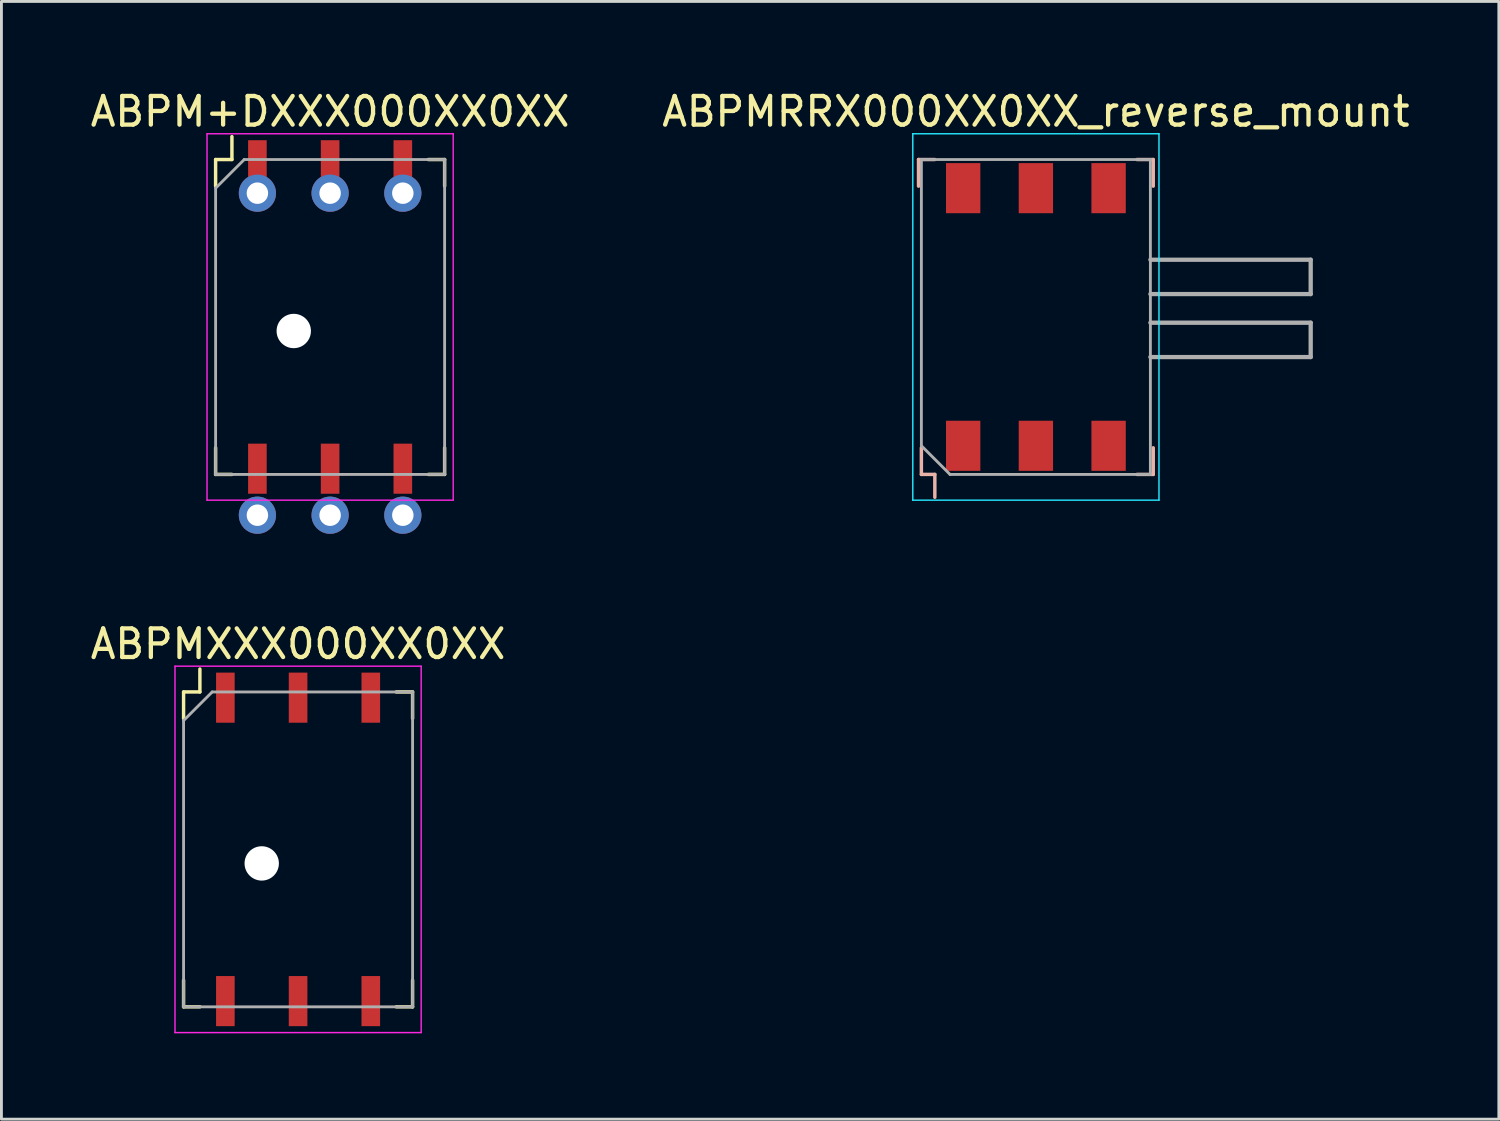
<source format=kicad_pcb>
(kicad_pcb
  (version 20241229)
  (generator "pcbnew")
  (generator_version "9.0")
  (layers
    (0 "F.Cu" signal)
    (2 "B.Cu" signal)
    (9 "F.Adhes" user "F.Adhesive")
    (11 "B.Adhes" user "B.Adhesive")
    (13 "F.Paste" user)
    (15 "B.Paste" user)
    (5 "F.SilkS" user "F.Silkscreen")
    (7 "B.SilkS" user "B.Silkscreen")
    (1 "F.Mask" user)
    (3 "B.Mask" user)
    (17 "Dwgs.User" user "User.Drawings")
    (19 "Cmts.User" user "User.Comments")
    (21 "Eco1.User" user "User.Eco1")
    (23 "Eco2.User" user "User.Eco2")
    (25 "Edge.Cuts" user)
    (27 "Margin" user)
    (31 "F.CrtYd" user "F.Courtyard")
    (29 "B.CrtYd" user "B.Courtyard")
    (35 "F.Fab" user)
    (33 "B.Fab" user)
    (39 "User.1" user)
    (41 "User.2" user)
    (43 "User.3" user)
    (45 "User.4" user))
  (footprint "ABPM+DXXX000XX0XX"
    (layer "F.Cu")
    (at 8.482 8.023)
    (property "Reference" "ABPM+DXXX000XX0XX" (at 0 -7.175 0) (layer "F.SilkS") (effects (font (size 1 1) (thickness 0.15))))
    (attr smd)
    (fp_line (start -4 -5.5) (end -3.43 -5.5) (stroke (width 0.12) (type solid)) (layer "F.SilkS"))
    (fp_line (start -4 -4.57) (end -4 -5.5) (stroke (width 0.12) (type solid)) (layer "F.SilkS"))
    (fp_line (start -4 4.57) (end -4 5.5) (stroke (width 0.12) (type solid)) (layer "F.SilkS"))
    (fp_line (start -4 5.5) (end -3.43 5.5) (stroke (width 0.12) (type solid)) (layer "F.SilkS"))
    (fp_line (start -3.43 -6.3) (end -3.43 -5.5) (stroke (width 0.12) (type solid)) (layer "F.SilkS"))
    (fp_line (start 4 -5.5) (end 3.43 -5.5) (stroke (width 0.12) (type solid)) (layer "F.SilkS"))
    (fp_line (start 4 -4.57) (end 4 -5.5) (stroke (width 0.12) (type solid)) (layer "F.SilkS"))
    (fp_line (start 4 4.57) (end 4 5.5) (stroke (width 0.12) (type solid)) (layer "F.SilkS"))
    (fp_line (start 4 5.5) (end 3.43 5.5) (stroke (width 0.12) (type solid)) (layer "F.SilkS"))
    (fp_line (start -4.3 -6.4) (end 4.3 -6.4) (stroke (width 0.05) (type solid)) (layer "F.CrtYd"))
    (fp_line (start -4.3 6.4) (end -4.3 -6.4) (stroke (width 0.05) (type solid)) (layer "F.CrtYd"))
    (fp_line (start 4.3 -6.4) (end 4.3 6.4) (stroke (width 0.05) (type solid)) (layer "F.CrtYd"))
    (fp_line (start 4.3 6.4) (end -4.3 6.4) (stroke (width 0.05) (type solid)) (layer "F.CrtYd"))
    (fp_line (start -4 -4.5) (end -4 5.5) (stroke (width 0.1) (type solid)) (layer "F.Fab"))
    (fp_line (start -4 5.5) (end 4 5.5) (stroke (width 0.1) (type solid)) (layer "F.Fab"))
    (fp_line (start -3 -5.5) (end -4 -4.5) (stroke (width 0.1) (type solid)) (layer "F.Fab"))
    (fp_line (start 4 -5.5) (end -3 -5.5) (stroke (width 0.1) (type solid)) (layer "F.Fab"))
    (fp_line (start 4 5.5) (end 4 -5.5) (stroke (width 0.1) (type solid)) (layer "F.Fab"))
    (pad "" np_thru_hole circle (at -1.27 0.49) (size 1.2 1.2) (drill 1.2) (layers "*.Cu" "*.Mask"))
    (pad "1" smd rect (at -2.54 -5.3) (size 0.65 1.75) (layers "F.Cu" "F.Mask" "F.Paste"))
    (pad "1" thru_hole circle (at -2.54 -4.325) (size 1.3 1.3) (drill 0.75) (layers "*.Cu" "*.Mask"))
    (pad "2" smd rect (at 0 -5.3) (size 0.65 1.75) (layers "F.Cu" "F.Mask" "F.Paste"))
    (pad "2" thru_hole circle (at 0 -4.325) (size 1.3 1.3) (drill 0.75) (layers "*.Cu" "*.Mask"))
    (pad "3" smd rect (at 2.54 -5.3) (size 0.65 1.75) (layers "F.Cu" "F.Mask" "F.Paste"))
    (pad "3" thru_hole circle (at 2.54 -4.325) (size 1.3 1.3) (drill 0.75) (layers "*.Cu" "*.Mask"))
    (pad "4" smd rect (at 2.54 5.3) (size 0.65 1.75) (layers "F.Cu" "F.Mask" "F.Paste"))
    (pad "4" thru_hole circle (at 2.54 6.925 180) (size 1.3 1.3) (drill 0.75) (layers "*.Cu" "*.Mask"))
    (pad "5" smd rect (at 0 5.3) (size 0.65 1.75) (layers "F.Cu" "F.Mask" "F.Paste"))
    (pad "5" thru_hole circle (at 0 6.925 180) (size 1.3 1.3) (drill 0.75) (layers "*.Cu" "*.Mask"))
    (pad "6" smd rect (at -2.54 5.3) (size 0.65 1.75) (layers "F.Cu" "F.Mask" "F.Paste"))
    (pad "6" thru_hole circle (at -2.54 6.925 180) (size 1.3 1.3) (drill 0.75) (layers "*.Cu" "*.Mask")))
  (footprint "ABPMXXX000XX0XX"
    (layer "F.Cu")
    (at 7.363 26.622)
    (property "Reference" "ABPMXXX000XX0XX" (at 0 -7.175 0) (layer "F.SilkS") (effects (font (size 1 1) (thickness 0.15))))
    (attr smd)
    (fp_line (start -4 -5.5) (end -3.43 -5.5) (stroke (width 0.12) (type solid)) (layer "F.SilkS"))
    (fp_line (start -4 -4.57) (end -4 -5.5) (stroke (width 0.12) (type solid)) (layer "F.SilkS"))
    (fp_line (start -4 4.57) (end -4 5.5) (stroke (width 0.12) (type solid)) (layer "F.SilkS"))
    (fp_line (start -4 5.5) (end -3.43 5.5) (stroke (width 0.12) (type solid)) (layer "F.SilkS"))
    (fp_line (start -3.43 -6.3) (end -3.43 -5.5) (stroke (width 0.12) (type solid)) (layer "F.SilkS"))
    (fp_line (start 4 -5.5) (end 3.43 -5.5) (stroke (width 0.12) (type solid)) (layer "F.SilkS"))
    (fp_line (start 4 -4.57) (end 4 -5.5) (stroke (width 0.12) (type solid)) (layer "F.SilkS"))
    (fp_line (start 4 4.57) (end 4 5.5) (stroke (width 0.12) (type solid)) (layer "F.SilkS"))
    (fp_line (start 4 5.5) (end 3.43 5.5) (stroke (width 0.12) (type solid)) (layer "F.SilkS"))
    (fp_line (start -4.3 -6.4) (end 4.3 -6.4) (stroke (width 0.05) (type solid)) (layer "F.CrtYd"))
    (fp_line (start -4.3 6.4) (end -4.3 -6.4) (stroke (width 0.05) (type solid)) (layer "F.CrtYd"))
    (fp_line (start 4.3 -6.4) (end 4.3 6.4) (stroke (width 0.05) (type solid)) (layer "F.CrtYd"))
    (fp_line (start 4.3 6.4) (end -4.3 6.4) (stroke (width 0.05) (type solid)) (layer "F.CrtYd"))
    (fp_line (start -4 -4.5) (end -4 5.5) (stroke (width 0.1) (type solid)) (layer "F.Fab"))
    (fp_line (start -4 5.5) (end 4 5.5) (stroke (width 0.1) (type solid)) (layer "F.Fab"))
    (fp_line (start -3 -5.5) (end -4 -4.5) (stroke (width 0.1) (type solid)) (layer "F.Fab"))
    (fp_line (start 4 -5.5) (end -3 -5.5) (stroke (width 0.1) (type solid)) (layer "F.Fab"))
    (fp_line (start 4 5.5) (end 4 -5.5) (stroke (width 0.1) (type solid)) (layer "F.Fab"))
    (pad "" np_thru_hole circle (at -1.27 0.49) (size 1.2 1.2) (drill 1.2) (layers "*.Cu" "*.Mask"))
    (pad "1" smd rect (at -2.54 -5.3) (size 0.65 1.75) (layers "F.Cu" "F.Mask" "F.Paste"))
    (pad "2" smd rect (at 0 -5.3) (size 0.65 1.75) (layers "F.Cu" "F.Mask" "F.Paste"))
    (pad "3" smd rect (at 2.54 -5.3) (size 0.65 1.75) (layers "F.Cu" "F.Mask" "F.Paste"))
    (pad "4" smd rect (at 2.54 5.3) (size 0.65 1.75) (layers "F.Cu" "F.Mask" "F.Paste"))
    (pad "5" smd rect (at 0 5.3) (size 0.65 1.75) (layers "F.Cu" "F.Mask" "F.Paste"))
    (pad "6" smd rect (at -2.54 5.3) (size 0.65 1.75) (layers "F.Cu" "F.Mask" "F.Paste")))
  (footprint "ABPMRRX000XX0XX_reverse_mount"
    (layer "F.Cu")
    (at 33.137 8.023)
    (property "Reference" "ABPMRRX000XX0XX_reverse_mount" (at 0 -7.175 0) (layer "F.SilkS") (effects (font (size 1 1) (thickness 0.15))))
    (attr smd)
    (fp_line (start -4.1 -5.5) (end -3.53 -5.5) (stroke (width 0.12) (type solid)) (layer "B.SilkS"))
    (fp_line (start -4.1 -4.57) (end -4.1 -5.5) (stroke (width 0.12) (type solid)) (layer "B.SilkS"))
    (fp_line (start -4 4.57) (end -4 5.5) (stroke (width 0.12) (type solid)) (layer "B.SilkS"))
    (fp_line (start -4 5.5) (end -3.53 5.5) (stroke (width 0.12) (type solid)) (layer "B.SilkS"))
    (fp_line (start -3.53 6.3) (end -3.53 5.5) (stroke (width 0.12) (type solid)) (layer "B.SilkS"))
    (fp_line (start 4.1 -5.5) (end 3.53 -5.5) (stroke (width 0.12) (type solid)) (layer "B.SilkS"))
    (fp_line (start 4.1 -4.57) (end 4.1 -5.5) (stroke (width 0.12) (type solid)) (layer "B.SilkS"))
    (fp_line (start 4.1 4.57) (end 4.1 5.5) (stroke (width 0.12) (type solid)) (layer "B.SilkS"))
    (fp_line (start 4.1 5.5) (end 3.53 5.5) (stroke (width 0.12) (type solid)) (layer "B.SilkS"))
    (fp_line (start 4 -5.5) (end -4 -5.5) (stroke (width 0.05) (type solid)) (layer "Eco2.User"))
    (fp_line (start 4 -5.5) (end 4 5.5) (stroke (width 0.05) (type solid)) (layer "Eco2.User"))
    (fp_line (start 4 5.5) (end -4 5.5) (stroke (width 0.05) (type solid)) (layer "Eco2.User"))
    (fp_line (start -4.3 -6.4) (end 4.3 -6.4) (stroke (width 0.05) (type solid)) (layer "B.CrtYd"))
    (fp_line (start -4.3 6.4) (end -4.3 -6.4) (stroke (width 0.05) (type solid)) (layer "B.CrtYd"))
    (fp_line (start 4.3 -6.4) (end 4.3 6.4) (stroke (width 0.05) (type solid)) (layer "B.CrtYd"))
    (fp_line (start 4.3 6.4) (end -4.3 6.4) (stroke (width 0.05) (type solid)) (layer "B.CrtYd"))
    (fp_line (start -4 -5.5) (end -4 4.5) (stroke (width 0.1) (type solid)) (layer "F.Fab"))
    (fp_line (start -4 4.5) (end -3 5.5) (stroke (width 0.1) (type solid)) (layer "F.Fab"))
    (fp_line (start -3 5.5) (end 4 5.5) (stroke (width 0.1) (type solid)) (layer "F.Fab"))
    (fp_line (start 4 -5.5) (end -4 -5.5) (stroke (width 0.1) (type solid)) (layer "F.Fab"))
    (fp_line (start 4 -2) (end 9.6 -2) (stroke (width 0.15) (type solid)) (layer "F.Fab"))
    (fp_line (start 4 -0.8) (end 9.6 -0.8) (stroke (width 0.15) (type solid)) (layer "F.Fab"))
    (fp_line (start 4 0.2) (end 9.6 0.2) (stroke (width 0.15) (type solid)) (layer "F.Fab"))
    (fp_line (start 4 1.4) (end 9.6 1.4) (stroke (width 0.15) (type solid)) (layer "F.Fab"))
    (fp_line (start 4 5.5) (end 4 -5.5) (stroke (width 0.1) (type solid)) (layer "F.Fab"))
    (fp_line (start 9.6 -0.8) (end 9.6 -2) (stroke (width 0.15) (type solid)) (layer "F.Fab"))
    (fp_line (start 9.6 1.4) (end 9.6 0.2) (stroke (width 0.15) (type solid)) (layer "F.Fab"))
    (fp_text user "PCB edge" (at 0 -6 0) (layer "Eco2.User") (effects (font (size 0.5 0.5) (thickness 0.08))))
    (fp_text user "PCB edge" (at 0 6 0) (layer "Eco2.User") (effects (font (size 0.5 0.5) (thickness 0.08))))
    (pad "1" smd rect (at -2.54 4.5) (size 1.2 1.75) (layers "F.Cu" "F.Mask" "F.Paste"))
    (pad "2" smd rect (at 0 4.5) (size 1.2 1.75) (layers "F.Cu" "F.Mask" "F.Paste"))
    (pad "3" smd rect (at 2.54 4.5) (size 1.2 1.75) (layers "F.Cu" "F.Mask" "F.Paste"))
    (pad "4" smd rect (at 2.54 -4.5) (size 1.2 1.75) (layers "F.Cu" "F.Mask" "F.Paste"))
    (pad "5" smd rect (at 0 -4.5) (size 1.2 1.75) (layers "F.Cu" "F.Mask" "F.Paste"))
    (pad "6" smd rect (at -2.54 -4.5) (size 1.2 1.75) (layers "F.Cu" "F.Mask" "F.Paste")))
  (gr_rect
    (start -3 -3)
    (end 49.31 36.047)
    (stroke (width 0.1) (type default))
    (fill no)
    (layer "Edge.Cuts")))
</source>
